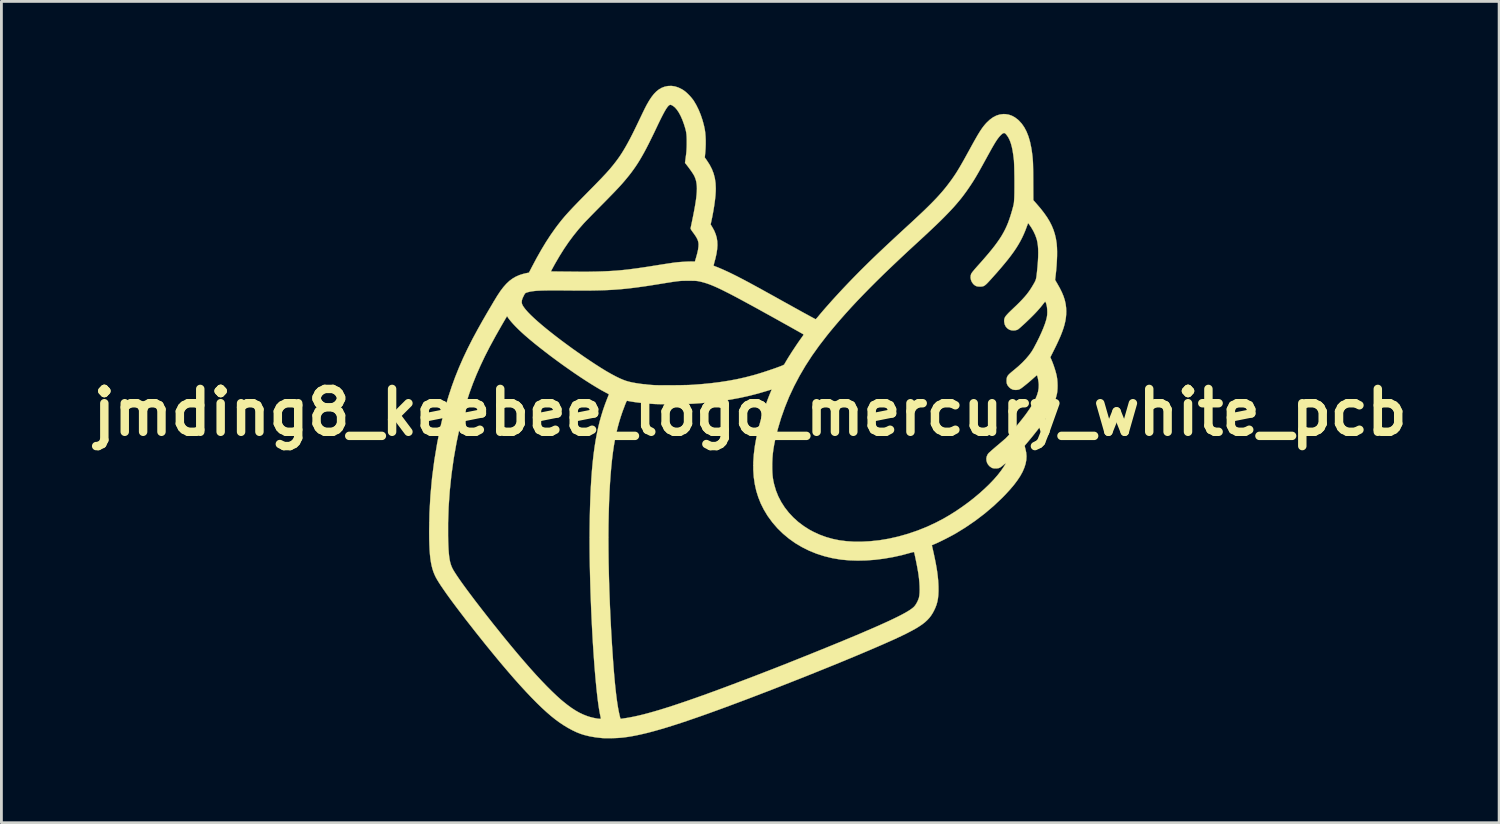
<source format=kicad_pcb>
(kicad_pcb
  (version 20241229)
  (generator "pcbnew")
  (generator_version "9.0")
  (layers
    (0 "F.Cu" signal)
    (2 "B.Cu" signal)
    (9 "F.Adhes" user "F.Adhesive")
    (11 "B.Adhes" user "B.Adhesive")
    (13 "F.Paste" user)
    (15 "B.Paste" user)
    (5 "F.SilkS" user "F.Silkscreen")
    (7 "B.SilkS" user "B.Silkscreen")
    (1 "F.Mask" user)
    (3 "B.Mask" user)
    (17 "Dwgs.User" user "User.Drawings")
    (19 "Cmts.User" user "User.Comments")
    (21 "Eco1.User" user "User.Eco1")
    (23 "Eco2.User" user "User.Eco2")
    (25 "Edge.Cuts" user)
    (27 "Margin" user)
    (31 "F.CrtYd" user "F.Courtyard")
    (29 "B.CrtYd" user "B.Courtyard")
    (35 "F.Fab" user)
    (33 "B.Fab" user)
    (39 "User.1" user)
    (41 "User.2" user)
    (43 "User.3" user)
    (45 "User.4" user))
  (footprint "jmding8_keebee_logo_mercury_white_pcb"
    (layer "F.Cu")
    (at 23.629 11.615)
    (property "Reference" "jmding8_keebee_logo_mercury_white_pcb" (at 0 0 0) (layer "F.SilkS") (effects (font (size 1.524 1.524) (thickness 0.3))))
    (attr through_hole)
    (fp_poly (pts (xy 3.69 -1.395) (xy 3.715 -1.387) (xy 3.733 -1.369) (xy 3.745 -1.338) (xy 3.752 -1.291) (xy 3.755 -1.225) (xy 3.755 -1.19) (xy 3.755 -1.15) (xy 3.754 -1.111) (xy 3.752 -1.071) (xy 3.749 -1.028) (xy 3.745 -0.979) (xy 3.739 -0.923) (xy 3.731 -0.856) (xy 3.722 -0.777) (xy 3.71 -0.684) (xy 3.696 -0.573) (xy 3.678 -0.444) (xy 3.665 -0.346) (xy 3.651 -0.235) (xy 3.637 -0.123) (xy 3.623 -0.013) (xy 3.611 0.09) (xy 3.6 0.183) (xy 3.592 0.261) (xy 3.586 0.32) (xy 3.585 0.323) (xy 3.57 0.608) (xy 3.574 0.882) (xy 3.597 1.147) (xy 3.639 1.4) (xy 3.7 1.642) (xy 3.781 1.872) (xy 3.88 2.089) (xy 3.88 2.089) (xy 3.972 2.247) (xy 4.077 2.389) (xy 4.197 2.516) (xy 4.334 2.631) (xy 4.49 2.734) (xy 4.632 2.812) (xy 4.679 2.835) (xy 4.743 2.864) (xy 4.818 2.897) (xy 4.9 2.932) (xy 4.982 2.966) (xy 5.013 2.979) (xy 5.166 3.042) (xy 5.298 3.1) (xy 5.411 3.153) (xy 5.504 3.2) (xy 5.579 3.244) (xy 5.638 3.284) (xy 5.68 3.322) (xy 5.707 3.358) (xy 5.721 3.392) (xy 5.722 3.426) (xy 5.72 3.435) (xy 5.698 3.476) (xy 5.655 3.517) (xy 5.594 3.557) (xy 5.515 3.595) (xy 5.422 3.63) (xy 5.316 3.663) (xy 5.2 3.692) (xy 5.075 3.718) (xy 4.944 3.739) (xy 4.808 3.755) (xy 4.67 3.767) (xy 4.533 3.772) (xy 4.397 3.771) (xy 4.324 3.768) (xy 4.074 3.744) (xy 3.842 3.704) (xy 3.625 3.649) (xy 3.426 3.577) (xy 3.242 3.49) (xy 3.074 3.386) (xy 2.923 3.266) (xy 2.851 3.199) (xy 2.723 3.054) (xy 2.614 2.896) (xy 2.522 2.724) (xy 2.45 2.54) (xy 2.397 2.343) (xy 2.362 2.134) (xy 2.347 1.914) (xy 2.348 1.749) (xy 2.361 1.549) (xy 2.388 1.345) (xy 2.429 1.135) (xy 2.485 0.916) (xy 2.555 0.687) (xy 2.641 0.445) (xy 2.699 0.294) (xy 2.771 0.12) (xy 2.847 -0.053) (xy 2.926 -0.225) (xy 3.008 -0.393) (xy 3.09 -0.555) (xy 3.173 -0.708) (xy 3.254 -0.851) (xy 3.333 -0.982) (xy 3.408 -1.099) (xy 3.479 -1.199) (xy 3.544 -1.28) (xy 3.58 -1.32) (xy 3.618 -1.358) (xy 3.645 -1.381) (xy 3.665 -1.393) (xy 3.684 -1.395) (xy 3.69 -1.395)) (stroke (width 0.01) (type solid)) (fill yes) (layer "F.Mask"))
    (fp_poly (pts (xy -8.642 -3.414) (xy -8.634 -3.403) (xy -8.601 -3.352) (xy -8.553 -3.289) (xy -8.49 -3.215) (xy -8.417 -3.134) (xy -8.335 -3.047) (xy -8.246 -2.958) (xy -8.152 -2.867) (xy -8.055 -2.777) (xy -7.959 -2.692) (xy -7.938 -2.673) (xy -7.77 -2.533) (xy -7.591 -2.387) (xy -7.401 -2.237) (xy -7.203 -2.085) (xy -7 -1.933) (xy -6.793 -1.781) (xy -6.584 -1.631) (xy -6.376 -1.485) (xy -6.171 -1.344) (xy -5.97 -1.21) (xy -5.777 -1.085) (xy -5.593 -0.969) (xy -5.42 -0.864) (xy -5.261 -0.773) (xy -5.156 -0.716) (xy -5.025 -0.646) (xy -5.088 -0.488) (xy -5.162 -0.294) (xy -5.231 -0.096) (xy -5.295 0.107) (xy -5.353 0.316) (xy -5.406 0.533) (xy -5.454 0.759) (xy -5.498 0.995) (xy -5.537 1.242) (xy -5.572 1.501) (xy -5.603 1.774) (xy -5.629 2.061) (xy -5.652 2.364) (xy -5.67 2.684) (xy -5.686 3.023) (xy -5.697 3.381) (xy -5.706 3.759) (xy -5.711 4.156) (xy -5.713 4.437) (xy -5.712 4.726) (xy -5.71 5.022) (xy -5.706 5.324) (xy -5.7 5.631) (xy -5.693 5.941) (xy -5.684 6.254) (xy -5.673 6.567) (xy -5.661 6.879) (xy -5.648 7.19) (xy -5.634 7.498) (xy -5.618 7.801) (xy -5.601 8.099) (xy -5.583 8.389) (xy -5.564 8.672) (xy -5.545 8.944) (xy -5.524 9.206) (xy -5.503 9.456) (xy -5.481 9.692) (xy -5.458 9.914) (xy -5.435 10.119) (xy -5.411 10.308) (xy -5.387 10.477) (xy -5.363 10.627) (xy -5.338 10.755) (xy -5.328 10.804) (xy -5.319 10.844) (xy -5.313 10.874) (xy -5.311 10.888) (xy -5.319 10.895) (xy -5.344 10.897) (xy -5.387 10.894) (xy -5.451 10.885) (xy -5.511 10.875) (xy -5.69 10.833) (xy -5.871 10.771) (xy -6.053 10.689) (xy -6.231 10.59) (xy -6.283 10.558) (xy -6.425 10.46) (xy -6.574 10.346) (xy -6.731 10.215) (xy -6.897 10.067) (xy -7.071 9.902) (xy -7.255 9.718) (xy -7.449 9.516) (xy -7.653 9.294) (xy -7.777 9.156) (xy -7.91 9.005) (xy -8.048 8.846) (xy -8.19 8.68) (xy -8.336 8.507) (xy -8.485 8.328) (xy -8.636 8.146) (xy -8.788 7.96) (xy -8.939 7.773) (xy -9.09 7.585) (xy -9.239 7.398) (xy -9.385 7.213) (xy -9.527 7.031) (xy -9.664 6.853) (xy -9.796 6.68) (xy -9.922 6.514) (xy -10.04 6.356) (xy -10.15 6.206) (xy -10.25 6.067) (xy -10.341 5.939) (xy -10.42 5.823) (xy -10.487 5.721) (xy -10.542 5.634) (xy -10.582 5.563) (xy -10.59 5.547) (xy -10.62 5.481) (xy -10.646 5.411) (xy -10.669 5.333) (xy -10.688 5.246) (xy -10.704 5.149) (xy -10.717 5.038) (xy -10.727 4.913) (xy -10.735 4.771) (xy -10.741 4.61) (xy -10.745 4.429) (xy -10.745 4.381) (xy -10.743 3.832) (xy -10.721 3.275) (xy -10.679 2.714) (xy -10.618 2.154) (xy -10.539 1.596) (xy -10.441 1.046) (xy -10.325 0.506) (xy -10.264 0.254) (xy -10.177 -0.075) (xy -10.084 -0.392) (xy -9.982 -0.701) (xy -9.872 -1.005) (xy -9.751 -1.308) (xy -9.619 -1.612) (xy -9.474 -1.921) (xy -9.314 -2.237) (xy -9.14 -2.565) (xy -9.08 -2.673) (xy -9.044 -2.738) (xy -9.002 -2.812) (xy -8.957 -2.891) (xy -8.911 -2.972) (xy -8.864 -3.054) (xy -8.819 -3.134) (xy -8.775 -3.208) (xy -8.737 -3.275) (xy -8.703 -3.332) (xy -8.677 -3.377) (xy -8.659 -3.406) (xy -8.651 -3.417) (xy -8.642 -3.414)) (stroke (width 0.01) (type solid)) (fill yes) (layer "F.Mask"))
    (fp_poly (pts (xy -2.088 -4.681) (xy -1.995 -4.678) (xy -1.915 -4.673) (xy -1.844 -4.665) (xy -1.775 -4.653) (xy -1.706 -4.636) (xy -1.63 -4.613) (xy -1.543 -4.585) (xy -1.419 -4.539) (xy -1.278 -4.481) (xy -1.118 -4.409) (xy -0.94 -4.325) (xy -0.743 -4.227) (xy -0.528 -4.115) (xy -0.312 -4) (xy -0.253 -3.968) (xy -0.18 -3.928) (xy -0.094 -3.881) (xy 0.004 -3.828) (xy 0.111 -3.769) (xy 0.225 -3.706) (xy 0.347 -3.638) (xy 0.473 -3.569) (xy 0.603 -3.497) (xy 0.735 -3.424) (xy 0.866 -3.351) (xy 0.997 -3.278) (xy 1.124 -3.208) (xy 1.247 -3.139) (xy 1.364 -3.074) (xy 1.473 -3.013) (xy 1.573 -2.957) (xy 1.662 -2.908) (xy 1.738 -2.865) (xy 1.801 -2.829) (xy 1.848 -2.802) (xy 1.878 -2.785) (xy 1.889 -2.778) (xy 1.89 -2.768) (xy 1.881 -2.748) (xy 1.862 -2.715) (xy 1.832 -2.668) (xy 1.789 -2.606) (xy 1.749 -2.55) (xy 1.65 -2.407) (xy 1.551 -2.26) (xy 1.455 -2.114) (xy 1.367 -1.974) (xy 1.29 -1.845) (xy 1.276 -1.822) (xy 1.254 -1.781) (xy 1.236 -1.75) (xy 1.22 -1.725) (xy 1.203 -1.705) (xy 1.182 -1.688) (xy 1.155 -1.672) (xy 1.118 -1.656) (xy 1.069 -1.637) (xy 1.006 -1.614) (xy 0.924 -1.585) (xy 0.901 -1.576) (xy 0.592 -1.469) (xy 0.291 -1.374) (xy -0.006 -1.291) (xy -0.304 -1.218) (xy -0.605 -1.155) (xy -0.912 -1.102) (xy -1.23 -1.057) (xy -1.563 -1.02) (xy -1.912 -0.991) (xy -2.049 -0.981) (xy -2.116 -0.978) (xy -2.201 -0.975) (xy -2.301 -0.972) (xy -2.413 -0.969) (xy -2.533 -0.967) (xy -2.658 -0.966) (xy -2.786 -0.965) (xy -2.911 -0.964) (xy -3.032 -0.964) (xy -3.145 -0.964) (xy -3.246 -0.965) (xy -3.332 -0.967) (xy -3.4 -0.969) (xy -3.423 -0.97) (xy -3.594 -0.983) (xy -3.761 -0.999) (xy -3.921 -1.019) (xy -4.07 -1.041) (xy -4.205 -1.067) (xy -4.324 -1.094) (xy -4.416 -1.121) (xy -4.538 -1.166) (xy -4.674 -1.227) (xy -4.826 -1.302) (xy -4.992 -1.393) (xy -5.174 -1.5) (xy -5.372 -1.622) (xy -5.585 -1.759) (xy -5.815 -1.913) (xy -6.061 -2.082) (xy -6.281 -2.238) (xy -6.509 -2.403) (xy -6.726 -2.564) (xy -6.93 -2.719) (xy -7.121 -2.868) (xy -7.298 -3.011) (xy -7.459 -3.147) (xy -7.606 -3.276) (xy -7.736 -3.395) (xy -7.849 -3.506) (xy -7.944 -3.608) (xy -8.021 -3.699) (xy -8.079 -3.779) (xy -8.088 -3.794) (xy -8.111 -3.833) (xy -8.123 -3.862) (xy -8.127 -3.893) (xy -8.126 -3.936) (xy -8.126 -3.939) (xy -8.122 -3.978) (xy -8.114 -4.014) (xy -8.1 -4.053) (xy -8.078 -4.102) (xy -8.064 -4.129) (xy -8.038 -4.179) (xy -8.019 -4.213) (xy -8.003 -4.235) (xy -7.986 -4.248) (xy -7.965 -4.258) (xy -7.955 -4.262) (xy -7.92 -4.272) (xy -7.87 -4.284) (xy -7.815 -4.295) (xy -7.793 -4.299) (xy -7.74 -4.308) (xy -7.686 -4.315) (xy -7.629 -4.321) (xy -7.566 -4.326) (xy -7.497 -4.331) (xy -7.419 -4.334) (xy -7.331 -4.336) (xy -7.23 -4.338) (xy -7.116 -4.339) (xy -6.985 -4.339) (xy -6.836 -4.339) (xy -6.668 -4.338) (xy -6.494 -4.336) (xy -6.231 -4.334) (xy -5.989 -4.334) (xy -5.765 -4.334) (xy -5.556 -4.336) (xy -5.36 -4.34) (xy -5.174 -4.346) (xy -4.997 -4.354) (xy -4.824 -4.364) (xy -4.655 -4.377) (xy -4.485 -4.392) (xy -4.313 -4.41) (xy -4.137 -4.432) (xy -3.953 -4.456) (xy -3.759 -4.483) (xy -3.553 -4.515) (xy -3.332 -4.55) (xy -3.192 -4.572) (xy -3.051 -4.595) (xy -2.931 -4.614) (xy -2.828 -4.631) (xy -2.74 -4.644) (xy -2.664 -4.655) (xy -2.599 -4.663) (xy -2.541 -4.67) (xy -2.487 -4.675) (xy -2.436 -4.678) (xy -2.385 -4.68) (xy -2.33 -4.681) (xy -2.27 -4.681) (xy -2.202 -4.681) (xy -2.199 -4.681) (xy -2.088 -4.681)) (stroke (width 0.01) (type solid)) (fill yes) (layer "F.Mask"))
    (fp_poly (pts (xy 0.758 -0.804) (xy 0.716 -0.7) (xy 0.681 -0.613) (xy 0.651 -0.538) (xy 0.625 -0.471) (xy 0.601 -0.408) (xy 0.577 -0.344) (xy 0.552 -0.275) (xy 0.551 -0.271) (xy 0.431 0.08) (xy 0.331 0.417) (xy 0.249 0.742) (xy 0.185 1.055) (xy 0.14 1.356) (xy 0.114 1.645) (xy 0.106 1.923) (xy 0.117 2.191) (xy 0.146 2.448) (xy 0.193 2.694) (xy 0.208 2.754) (xy 0.24 2.874) (xy 0.274 2.982) (xy 0.311 3.084) (xy 0.355 3.189) (xy 0.408 3.304) (xy 0.427 3.342) (xy 0.553 3.573) (xy 0.698 3.793) (xy 0.863 4.002) (xy 1.044 4.197) (xy 1.242 4.379) (xy 1.455 4.547) (xy 1.682 4.699) (xy 1.922 4.835) (xy 2.174 4.953) (xy 2.436 5.053) (xy 2.59 5.102) (xy 2.861 5.17) (xy 3.145 5.221) (xy 3.441 5.254) (xy 3.746 5.269) (xy 4.06 5.266) (xy 4.381 5.246) (xy 4.707 5.209) (xy 5.036 5.154) (xy 5.367 5.082) (xy 5.699 4.992) (xy 5.707 4.989) (xy 5.766 4.973) (xy 5.804 4.966) (xy 5.823 4.966) (xy 5.825 4.969) (xy 5.835 5.001) (xy 5.847 5.053) (xy 5.862 5.121) (xy 5.879 5.202) (xy 5.897 5.292) (xy 5.916 5.388) (xy 5.935 5.487) (xy 5.952 5.585) (xy 5.969 5.68) (xy 5.983 5.767) (xy 5.995 5.844) (xy 6 5.877) (xy 6.009 5.954) (xy 6.015 6.042) (xy 6.019 6.136) (xy 6.021 6.232) (xy 6.021 6.326) (xy 6.019 6.413) (xy 6.014 6.489) (xy 6.007 6.549) (xy 6.001 6.581) (xy 5.977 6.652) (xy 5.944 6.727) (xy 5.905 6.8) (xy 5.865 6.862) (xy 5.831 6.903) (xy 5.785 6.946) (xy 5.725 6.992) (xy 5.65 7.042) (xy 5.56 7.097) (xy 5.455 7.156) (xy 5.333 7.221) (xy 5.194 7.291) (xy 5.036 7.367) (xy 4.86 7.449) (xy 4.665 7.538) (xy 4.45 7.633) (xy 4.214 7.736) (xy 4.122 7.776) (xy 3.893 7.873) (xy 3.645 7.978) (xy 3.38 8.088) (xy 3.1 8.204) (xy 2.807 8.324) (xy 2.504 8.447) (xy 2.192 8.573) (xy 1.874 8.7) (xy 1.553 8.828) (xy 1.23 8.956) (xy 0.907 9.083) (xy 0.588 9.208) (xy 0.273 9.33) (xy -0.034 9.448) (xy -0.331 9.561) (xy -0.438 9.602) (xy -0.82 9.745) (xy -1.182 9.88) (xy -1.524 10.004) (xy -1.847 10.12) (xy -2.151 10.227) (xy -2.438 10.325) (xy -2.708 10.415) (xy -2.961 10.497) (xy -3.198 10.57) (xy -3.421 10.636) (xy -3.628 10.694) (xy -3.822 10.745) (xy -4.003 10.789) (xy -4.171 10.825) (xy -4.327 10.855) (xy -4.457 10.876) (xy -4.504 10.883) (xy -4.548 10.889) (xy -4.579 10.894) (xy -4.58 10.894) (xy -4.616 10.9) (xy -4.645 10.775) (xy -4.671 10.658) (xy -4.696 10.531) (xy -4.719 10.393) (xy -4.742 10.242) (xy -4.764 10.079) (xy -4.785 9.901) (xy -4.805 9.708) (xy -4.825 9.498) (xy -4.845 9.27) (xy -4.865 9.024) (xy -4.884 8.757) (xy -4.904 8.47) (xy -4.918 8.249) (xy -4.945 7.791) (xy -4.969 7.333) (xy -4.99 6.879) (xy -5.007 6.429) (xy -5.021 5.986) (xy -5.032 5.551) (xy -5.039 5.127) (xy -5.043 4.714) (xy -5.043 4.316) (xy -5.04 3.933) (xy -5.033 3.568) (xy -5.023 3.222) (xy -5.011 2.933) (xy -4.993 2.608) (xy -4.973 2.305) (xy -4.951 2.021) (xy -4.925 1.755) (xy -4.895 1.505) (xy -4.862 1.268) (xy -4.825 1.044) (xy -4.784 0.831) (xy -4.738 0.626) (xy -4.687 0.427) (xy -4.631 0.234) (xy -4.569 0.045) (xy -4.501 -0.144) (xy -4.47 -0.223) (xy -4.443 -0.292) (xy -4.423 -0.342) (xy -4.408 -0.377) (xy -4.396 -0.398) (xy -4.387 -0.409) (xy -4.377 -0.413) (xy -4.367 -0.411) (xy -4.365 -0.411) (xy -4.265 -0.392) (xy -4.147 -0.373) (xy -4.015 -0.355) (xy -3.872 -0.338) (xy -3.725 -0.323) (xy -3.576 -0.31) (xy -3.431 -0.3) (xy -3.412 -0.299) (xy -3.327 -0.296) (xy -3.223 -0.293) (xy -3.104 -0.292) (xy -2.974 -0.291) (xy -2.835 -0.291) (xy -2.693 -0.292) (xy -2.55 -0.294) (xy -2.412 -0.297) (xy -2.28 -0.3) (xy -2.161 -0.304) (xy -2.056 -0.309) (xy -2.003 -0.312) (xy -1.623 -0.34) (xy -1.261 -0.377) (xy -0.915 -0.422) (xy -0.581 -0.477) (xy -0.256 -0.541) (xy 0.063 -0.615) (xy 0.38 -0.701) (xy 0.598 -0.766) (xy 0.655 -0.783) (xy 0.703 -0.796) (xy 0.738 -0.804) (xy 0.756 -0.806) (xy 0.758 -0.804)) (stroke (width 0.01) (type solid)) (fill yes) (layer "F.Mask"))
    (fp_poly (pts (xy -2.678 -11.592) (xy -2.554 -11.552) (xy -2.43 -11.491) (xy -2.376 -11.458) (xy -2.304 -11.404) (xy -2.227 -11.335) (xy -2.15 -11.257) (xy -2.079 -11.175) (xy -2.018 -11.095) (xy -2.01 -11.083) (xy -1.919 -10.93) (xy -1.835 -10.76) (xy -1.76 -10.577) (xy -1.696 -10.386) (xy -1.644 -10.191) (xy -1.615 -10.05) (xy -1.6 -9.941) (xy -1.59 -9.815) (xy -1.584 -9.678) (xy -1.584 -9.535) (xy -1.589 -9.393) (xy -1.598 -9.263) (xy -1.617 -9.065) (xy -1.549 -8.969) (xy -1.446 -8.81) (xy -1.364 -8.652) (xy -1.302 -8.491) (xy -1.259 -8.325) (xy -1.234 -8.151) (xy -1.226 -7.964) (xy -1.228 -7.868) (xy -1.237 -7.717) (xy -1.255 -7.548) (xy -1.28 -7.363) (xy -1.312 -7.167) (xy -1.35 -6.961) (xy -1.381 -6.814) (xy -1.409 -6.683) (xy -1.345 -6.579) (xy -1.279 -6.457) (xy -1.229 -6.335) (xy -1.193 -6.211) (xy -1.173 -6.082) (xy -1.168 -5.946) (xy -1.178 -5.799) (xy -1.202 -5.64) (xy -1.241 -5.467) (xy -1.259 -5.401) (xy -1.275 -5.342) (xy -1.288 -5.29) (xy -1.298 -5.25) (xy -1.304 -5.227) (xy -1.305 -5.222) (xy -1.295 -5.214) (xy -1.268 -5.201) (xy -1.231 -5.187) (xy -1.227 -5.185) (xy -1.161 -5.16) (xy -1.079 -5.126) (xy -0.984 -5.085) (xy -0.88 -5.038) (xy -0.769 -4.987) (xy -0.657 -4.933) (xy -0.546 -4.878) (xy -0.468 -4.839) (xy -0.397 -4.802) (xy -0.329 -4.767) (xy -0.26 -4.731) (xy -0.191 -4.695) (xy -0.119 -4.656) (xy -0.042 -4.616) (xy 0.039 -4.571) (xy 0.128 -4.523) (xy 0.225 -4.47) (xy 0.332 -4.412) (xy 0.45 -4.347) (xy 0.581 -4.274) (xy 0.726 -4.194) (xy 0.887 -4.105) (xy 1.064 -4.006) (xy 1.26 -3.897) (xy 1.297 -3.877) (xy 1.438 -3.799) (xy 1.574 -3.723) (xy 1.703 -3.652) (xy 1.823 -3.585) (xy 1.934 -3.524) (xy 2.034 -3.47) (xy 2.121 -3.422) (xy 2.195 -3.382) (xy 2.253 -3.351) (xy 2.295 -3.328) (xy 2.319 -3.316) (xy 2.324 -3.314) (xy 2.337 -3.323) (xy 2.36 -3.346) (xy 2.39 -3.38) (xy 2.419 -3.414) (xy 2.494 -3.505) (xy 2.584 -3.611) (xy 2.685 -3.727) (xy 2.795 -3.851) (xy 2.911 -3.982) (xy 3.032 -4.115) (xy 3.155 -4.249) (xy 3.278 -4.381) (xy 3.365 -4.473) (xy 3.503 -4.618) (xy 3.638 -4.758) (xy 3.774 -4.897) (xy 3.91 -5.035) (xy 4.05 -5.174) (xy 4.194 -5.316) (xy 4.344 -5.462) (xy 4.501 -5.613) (xy 4.668 -5.771) (xy 4.845 -5.938) (xy 5.034 -6.114) (xy 5.237 -6.303) (xy 5.455 -6.504) (xy 5.553 -6.594) (xy 5.734 -6.76) (xy 5.899 -6.914) (xy 6.049 -7.054) (xy 6.186 -7.184) (xy 6.309 -7.304) (xy 6.422 -7.416) (xy 6.525 -7.521) (xy 6.62 -7.62) (xy 6.707 -7.715) (xy 6.789 -7.807) (xy 6.866 -7.897) (xy 6.94 -7.987) (xy 7.012 -8.078) (xy 7.082 -8.171) (xy 7.139 -8.248) (xy 7.192 -8.322) (xy 7.244 -8.397) (xy 7.295 -8.473) (xy 7.347 -8.554) (xy 7.4 -8.641) (xy 7.457 -8.736) (xy 7.518 -8.842) (xy 7.586 -8.961) (xy 7.66 -9.094) (xy 7.743 -9.245) (xy 7.799 -9.346) (xy 7.881 -9.496) (xy 7.954 -9.628) (xy 8.019 -9.742) (xy 8.076 -9.842) (xy 8.128 -9.928) (xy 8.175 -10.003) (xy 8.219 -10.069) (xy 8.26 -10.128) (xy 8.3 -10.18) (xy 8.34 -10.229) (xy 8.381 -10.276) (xy 8.41 -10.307) (xy 8.522 -10.412) (xy 8.637 -10.495) (xy 8.755 -10.556) (xy 8.876 -10.593) (xy 9 -10.608) (xy 9.068 -10.607) (xy 9.188 -10.589) (xy 9.3 -10.551) (xy 9.408 -10.493) (xy 9.513 -10.414) (xy 9.548 -10.383) (xy 9.652 -10.27) (xy 9.744 -10.138) (xy 9.824 -9.987) (xy 9.892 -9.816) (xy 9.948 -9.625) (xy 9.992 -9.415) (xy 10.009 -9.311) (xy 10.019 -9.236) (xy 10.028 -9.168) (xy 10.036 -9.104) (xy 10.042 -9.041) (xy 10.047 -8.976) (xy 10.052 -8.908) (xy 10.055 -8.834) (xy 10.057 -8.751) (xy 10.059 -8.655) (xy 10.061 -8.546) (xy 10.062 -8.42) (xy 10.063 -8.274) (xy 10.063 -8.216) (xy 10.066 -7.548) (xy 10.171 -7.429) (xy 10.317 -7.259) (xy 10.443 -7.098) (xy 10.552 -6.943) (xy 10.644 -6.792) (xy 10.72 -6.642) (xy 10.782 -6.493) (xy 10.831 -6.34) (xy 10.868 -6.182) (xy 10.894 -6.016) (xy 10.898 -5.978) (xy 10.907 -5.858) (xy 10.911 -5.718) (xy 10.91 -5.562) (xy 10.903 -5.392) (xy 10.892 -5.212) (xy 10.876 -5.025) (xy 10.858 -4.864) (xy 10.84 -4.711) (xy 10.915 -4.584) (xy 11.007 -4.421) (xy 11.082 -4.27) (xy 11.141 -4.128) (xy 11.185 -3.99) (xy 11.215 -3.855) (xy 11.232 -3.72) (xy 11.237 -3.596) (xy 11.234 -3.481) (xy 11.223 -3.366) (xy 11.204 -3.249) (xy 11.176 -3.127) (xy 11.139 -2.999) (xy 11.091 -2.863) (xy 11.033 -2.715) (xy 10.962 -2.555) (xy 10.88 -2.38) (xy 10.812 -2.242) (xy 10.671 -1.961) (xy 10.717 -1.855) (xy 10.754 -1.764) (xy 10.792 -1.661) (xy 10.828 -1.552) (xy 10.86 -1.445) (xy 10.886 -1.347) (xy 10.9 -1.282) (xy 10.915 -1.185) (xy 10.924 -1.075) (xy 10.928 -0.961) (xy 10.926 -0.848) (xy 10.918 -0.744) (xy 10.906 -0.664) (xy 10.86 -0.485) (xy 10.793 -0.3) (xy 10.705 -0.109) (xy 10.594 0.089) (xy 10.462 0.293) (xy 10.445 0.318) (xy 10.378 0.41) (xy 10.299 0.516) (xy 10.21 0.631) (xy 10.114 0.753) (xy 10.015 0.876) (xy 9.914 0.998) (xy 9.816 1.115) (xy 9.77 1.169) (xy 9.763 1.18) (xy 9.761 1.195) (xy 9.764 1.219) (xy 9.773 1.257) (xy 9.784 1.298) (xy 9.812 1.428) (xy 9.823 1.559) (xy 9.816 1.692) (xy 9.79 1.828) (xy 9.746 1.967) (xy 9.684 2.111) (xy 9.602 2.26) (xy 9.5 2.414) (xy 9.379 2.575) (xy 9.237 2.743) (xy 9.075 2.919) (xy 8.96 3.037) (xy 8.656 3.325) (xy 8.337 3.596) (xy 8.001 3.852) (xy 7.647 4.094) (xy 7.32 4.295) (xy 7.236 4.343) (xy 7.137 4.396) (xy 7.029 4.453) (xy 6.918 4.51) (xy 6.809 4.564) (xy 6.708 4.613) (xy 6.619 4.654) (xy 6.597 4.663) (xy 6.457 4.724) (xy 6.467 4.766) (xy 6.517 4.983) (xy 6.559 5.18) (xy 6.595 5.36) (xy 6.625 5.527) (xy 6.649 5.681) (xy 6.667 5.827) (xy 6.681 5.966) (xy 6.689 6.101) (xy 6.693 6.194) (xy 6.694 6.351) (xy 6.688 6.489) (xy 6.675 6.613) (xy 6.654 6.727) (xy 6.624 6.836) (xy 6.584 6.942) (xy 6.54 7.037) (xy 6.489 7.133) (xy 6.433 7.221) (xy 6.37 7.304) (xy 6.298 7.382) (xy 6.216 7.458) (xy 6.122 7.532) (xy 6.013 7.606) (xy 5.889 7.683) (xy 5.746 7.762) (xy 5.584 7.847) (xy 5.536 7.871) (xy 5.405 7.935) (xy 5.254 8.006) (xy 5.084 8.085) (xy 4.895 8.169) (xy 4.69 8.26) (xy 4.47 8.355) (xy 4.235 8.456) (xy 3.987 8.561) (xy 3.728 8.67) (xy 3.458 8.782) (xy 3.18 8.897) (xy 2.893 9.014) (xy 2.599 9.133) (xy 2.301 9.253) (xy 1.998 9.375) (xy 1.692 9.496) (xy 1.384 9.617) (xy 1.076 9.738) (xy 0.77 9.858) (xy 0.465 9.975) (xy 0.163 10.091) (xy -0.133 10.204) (xy -0.424 10.313) (xy -0.708 10.419) (xy -0.983 10.521) (xy -1.249 10.618) (xy -1.504 10.71) (xy -1.746 10.796) (xy -1.841 10.829) (xy -2.152 10.936) (xy -2.442 11.034) (xy -2.714 11.122) (xy -2.969 11.202) (xy -3.208 11.273) (xy -3.432 11.336) (xy -3.642 11.392) (xy -3.84 11.439) (xy -4.027 11.48) (xy -4.203 11.514) (xy -4.371 11.541) (xy -4.531 11.562) (xy -4.543 11.563) (xy -4.63 11.571) (xy -4.731 11.578) (xy -4.841 11.582) (xy -4.953 11.585) (xy -5.061 11.586) (xy -5.161 11.585) (xy -5.246 11.582) (xy -5.271 11.58) (xy -5.497 11.555) (xy -5.712 11.518) (xy -5.91 11.469) (xy -6.032 11.43) (xy -6.172 11.375) (xy -6.322 11.304) (xy -6.478 11.22) (xy -6.637 11.124) (xy -6.794 11.019) (xy -6.926 10.922) (xy -7.078 10.801) (xy -7.239 10.662) (xy -7.41 10.505) (xy -7.591 10.33) (xy -7.781 10.137) (xy -7.982 9.925) (xy -8.193 9.695) (xy -8.415 9.446) (xy -8.647 9.177) (xy -8.891 8.89) (xy -9.145 8.582) (xy -9.411 8.256) (xy -9.555 8.076) (xy -9.75 7.832) (xy -9.934 7.597) (xy -10.109 7.374) (xy -10.272 7.161) (xy -10.424 6.961) (xy -10.565 6.773) (xy -10.693 6.599) (xy -10.809 6.438) (xy -10.911 6.291) (xy -11.001 6.16) (xy -11.076 6.044) (xy -11.137 5.944) (xy -11.183 5.861) (xy -11.186 5.856) (xy -11.229 5.764) (xy -11.268 5.667) (xy -11.301 5.564) (xy -11.33 5.452) (xy -11.354 5.331) (xy -11.374 5.197) (xy -11.39 5.051) (xy -11.402 4.888) (xy -11.41 4.709) (xy -11.416 4.511) (xy -11.417 4.381) (xy -10.745 4.381) (xy -10.742 4.568) (xy -10.736 4.734) (xy -10.729 4.88) (xy -10.719 5.009) (xy -10.707 5.123) (xy -10.692 5.224) (xy -10.674 5.313) (xy -10.652 5.393) (xy -10.627 5.465) (xy -10.598 5.531) (xy -10.59 5.547) (xy -10.554 5.614) (xy -10.502 5.698) (xy -10.437 5.798) (xy -10.359 5.913) (xy -10.268 6.043) (xy -10.164 6.187) (xy -10.049 6.344) (xy -9.922 6.513) (xy -9.785 6.695) (xy -9.637 6.887) (xy -9.48 7.089) (xy -9.314 7.301) (xy -9.14 7.522) (xy -9.01 7.684) (xy -8.755 8.002) (xy -8.508 8.302) (xy -8.271 8.586) (xy -8.043 8.852) (xy -7.825 9.102) (xy -7.617 9.333) (xy -7.419 9.546) (xy -7.232 9.74) (xy -7.055 9.916) (xy -6.89 10.073) (xy -6.737 10.211) (xy -6.668 10.269) (xy -6.508 10.397) (xy -6.358 10.507) (xy -6.215 10.6) (xy -6.076 10.679) (xy -5.938 10.744) (xy -5.799 10.799) (xy -5.776 10.806) (xy -5.708 10.828) (xy -5.636 10.847) (xy -5.563 10.864) (xy -5.494 10.878) (xy -5.431 10.889) (xy -5.378 10.895) (xy -5.339 10.897) (xy -5.315 10.894) (xy -5.311 10.888) (xy -5.313 10.872) (xy -5.32 10.84) (xy -5.328 10.804) (xy -5.352 10.686) (xy -5.377 10.545) (xy -5.401 10.384) (xy -5.425 10.204) (xy -5.448 10.006) (xy -5.471 9.791) (xy -5.493 9.561) (xy -5.515 9.317) (xy -5.536 9.06) (xy -5.556 8.792) (xy -5.575 8.513) (xy -5.594 8.226) (xy -5.611 7.931) (xy -5.627 7.63) (xy -5.642 7.324) (xy -5.656 7.014) (xy -5.668 6.702) (xy -5.68 6.389) (xy -5.689 6.076) (xy -5.697 5.764) (xy -5.704 5.456) (xy -5.709 5.151) (xy -5.712 4.852) (xy -5.713 4.56) (xy -5.712 4.433) (xy -5.044 4.433) (xy -5.042 4.881) (xy -5.037 5.344) (xy -5.026 5.82) (xy -5.012 6.309) (xy -4.993 6.808) (xy -4.97 7.316) (xy -4.943 7.832) (xy -4.918 8.249) (xy -4.897 8.562) (xy -4.877 8.852) (xy -4.857 9.122) (xy -4.836 9.371) (xy -4.815 9.601) (xy -4.794 9.812) (xy -4.772 10.006) (xy -4.75 10.184) (xy -4.727 10.346) (xy -4.703 10.494) (xy -4.678 10.628) (xy -4.652 10.75) (xy -4.635 10.821) (xy -4.624 10.862) (xy -4.616 10.885) (xy -4.606 10.895) (xy -4.591 10.895) (xy -4.579 10.894) (xy -4.553 10.89) (xy -4.51 10.883) (xy -4.458 10.875) (xy -4.422 10.87) (xy -4.285 10.847) (xy -4.137 10.818) (xy -3.978 10.783) (xy -3.808 10.742) (xy -3.625 10.694) (xy -3.43 10.639) (xy -3.221 10.578) (xy -2.999 10.509) (xy -2.761 10.433) (xy -2.509 10.349) (xy -2.241 10.258) (xy -1.957 10.159) (xy -1.655 10.052) (xy -1.336 9.936) (xy -0.999 9.812) (xy -0.644 9.679) (xy -0.269 9.537) (xy 0.126 9.387) (xy 0.534 9.229) (xy 0.765 9.14) (xy 1.007 9.045) (xy 1.259 8.946) (xy 1.517 8.843) (xy 1.78 8.738) (xy 2.045 8.632) (xy 2.31 8.525) (xy 2.572 8.419) (xy 2.828 8.315) (xy 3.077 8.213) (xy 3.315 8.115) (xy 3.54 8.021) (xy 3.751 7.933) (xy 3.944 7.852) (xy 4.054 7.804) (xy 4.301 7.698) (xy 4.527 7.599) (xy 4.733 7.507) (xy 4.919 7.422) (xy 5.086 7.343) (xy 5.236 7.27) (xy 5.368 7.203) (xy 5.483 7.141) (xy 5.583 7.084) (xy 5.667 7.032) (xy 5.737 6.983) (xy 5.794 6.938) (xy 5.831 6.903) (xy 5.869 6.856) (xy 5.909 6.793) (xy 5.947 6.722) (xy 5.978 6.649) (xy 5.999 6.587) (xy 6.013 6.51) (xy 6.022 6.414) (xy 6.025 6.301) (xy 6.022 6.175) (xy 6.014 6.039) (xy 6 5.896) (xy 5.981 5.749) (xy 5.98 5.744) (xy 5.97 5.679) (xy 5.956 5.603) (xy 5.941 5.517) (xy 5.924 5.427) (xy 5.906 5.336) (xy 5.888 5.247) (xy 5.871 5.164) (xy 5.855 5.091) (xy 5.842 5.031) (xy 5.831 4.987) (xy 5.825 4.969) (xy 5.813 4.965) (xy 5.782 4.97) (xy 5.73 4.983) (xy 5.707 4.989) (xy 5.393 5.075) (xy 5.075 5.145) (xy 4.757 5.2) (xy 4.44 5.24) (xy 4.127 5.263) (xy 3.822 5.27) (xy 3.527 5.261) (xy 3.245 5.236) (xy 3.205 5.231) (xy 2.912 5.181) (xy 2.628 5.111) (xy 2.354 5.023) (xy 2.091 4.916) (xy 1.839 4.79) (xy 1.6 4.648) (xy 1.375 4.488) (xy 1.164 4.312) (xy 0.968 4.121) (xy 0.789 3.914) (xy 0.627 3.693) (xy 0.609 3.666) (xy 0.483 3.456) (xy 0.375 3.241) (xy 0.286 3.018) (xy 0.214 2.787) (xy 0.161 2.548) (xy 0.125 2.3) (xy 0.108 2.042) (xy 0.108 1.888) (xy 0.781 1.888) (xy 0.782 2.019) (xy 0.786 2.132) (xy 0.793 2.234) (xy 0.804 2.33) (xy 0.82 2.425) (xy 0.841 2.524) (xy 0.849 2.557) (xy 0.912 2.774) (xy 0.996 2.984) (xy 1.101 3.186) (xy 1.225 3.379) (xy 1.368 3.562) (xy 1.528 3.734) (xy 1.705 3.894) (xy 1.897 4.039) (xy 2.103 4.17) (xy 2.249 4.248) (xy 2.469 4.349) (xy 2.695 4.432) (xy 2.928 4.498) (xy 3.17 4.548) (xy 3.423 4.58) (xy 3.688 4.597) (xy 3.967 4.597) (xy 4.26 4.582) (xy 4.594 4.547) (xy 4.932 4.49) (xy 5.272 4.413) (xy 5.613 4.316) (xy 5.95 4.201) (xy 6.282 4.068) (xy 6.606 3.917) (xy 6.877 3.775) (xy 7.098 3.646) (xy 7.318 3.507) (xy 7.534 3.36) (xy 7.746 3.206) (xy 7.95 3.047) (xy 8.145 2.884) (xy 8.329 2.719) (xy 8.501 2.554) (xy 8.658 2.39) (xy 8.799 2.228) (xy 8.921 2.071) (xy 9.022 1.923) (xy 9.049 1.88) (xy 9.07 1.844) (xy 9.083 1.819) (xy 9.086 1.81) (xy 9.078 1.813) (xy 9.056 1.828) (xy 9.025 1.852) (xy 9.003 1.871) (xy 8.945 1.918) (xy 8.899 1.951) (xy 8.859 1.972) (xy 8.82 1.985) (xy 8.775 1.99) (xy 8.728 1.991) (xy 8.674 1.99) (xy 8.635 1.985) (xy 8.603 1.976) (xy 8.581 1.965) (xy 8.511 1.916) (xy 8.457 1.855) (xy 8.419 1.785) (xy 8.399 1.709) (xy 8.396 1.631) (xy 8.413 1.555) (xy 8.448 1.484) (xy 8.469 1.458) (xy 8.487 1.439) (xy 8.522 1.407) (xy 8.568 1.365) (xy 8.625 1.315) (xy 8.69 1.259) (xy 8.76 1.199) (xy 8.795 1.17) (xy 8.879 1.099) (xy 8.948 1.04) (xy 9.005 0.991) (xy 9.053 0.949) (xy 9.095 0.91) (xy 9.132 0.873) (xy 9.169 0.834) (xy 9.208 0.791) (xy 9.251 0.742) (xy 9.301 0.682) (xy 9.351 0.623) (xy 9.46 0.495) (xy 9.555 0.38) (xy 9.638 0.277) (xy 9.712 0.183) (xy 9.779 0.096) (xy 9.84 0.012) (xy 9.898 -0.071) (xy 9.955 -0.156) (xy 9.968 -0.175) (xy 10.063 -0.329) (xy 10.139 -0.473) (xy 10.196 -0.609) (xy 10.235 -0.739) (xy 10.256 -0.864) (xy 10.26 -0.986) (xy 10.254 -1.062) (xy 10.245 -1.119) (xy 10.235 -1.177) (xy 10.224 -1.231) (xy 10.213 -1.276) (xy 10.202 -1.307) (xy 10.194 -1.321) (xy 10.193 -1.321) (xy 10.183 -1.314) (xy 10.158 -1.294) (xy 10.123 -1.264) (xy 10.079 -1.226) (xy 10.049 -1.199) (xy 9.977 -1.135) (xy 9.903 -1.071) (xy 9.83 -1.011) (xy 9.761 -0.955) (xy 9.699 -0.906) (xy 9.646 -0.866) (xy 9.606 -0.839) (xy 9.588 -0.829) (xy 9.531 -0.808) (xy 9.462 -0.799) (xy 9.391 -0.801) (xy 9.331 -0.813) (xy 9.265 -0.846) (xy 9.204 -0.896) (xy 9.156 -0.956) (xy 9.144 -0.977) (xy 9.129 -1.011) (xy 9.12 -1.044) (xy 9.116 -1.084) (xy 9.115 -1.131) (xy 9.117 -1.181) (xy 9.122 -1.223) (xy 9.134 -1.261) (xy 9.154 -1.298) (xy 9.183 -1.336) (xy 9.225 -1.378) (xy 9.281 -1.427) (xy 9.352 -1.486) (xy 9.381 -1.509) (xy 9.536 -1.64) (xy 9.679 -1.774) (xy 9.807 -1.908) (xy 9.918 -2.04) (xy 10.011 -2.169) (xy 10.075 -2.276) (xy 10.182 -2.478) (xy 10.276 -2.667) (xy 10.357 -2.843) (xy 10.425 -3.004) (xy 10.48 -3.149) (xy 10.521 -3.279) (xy 10.546 -3.379) (xy 10.559 -3.467) (xy 10.563 -3.561) (xy 10.56 -3.658) (xy 10.551 -3.751) (xy 10.534 -3.834) (xy 10.512 -3.903) (xy 10.503 -3.921) (xy 10.496 -3.933) (xy 10.489 -3.937) (xy 10.479 -3.932) (xy 10.463 -3.916) (xy 10.438 -3.885) (xy 10.404 -3.84) (xy 10.366 -3.792) (xy 10.317 -3.732) (xy 10.262 -3.669) (xy 10.209 -3.608) (xy 10.191 -3.589) (xy 10.137 -3.531) (xy 10.075 -3.467) (xy 10.007 -3.399) (xy 9.935 -3.328) (xy 9.861 -3.257) (xy 9.789 -3.188) (xy 9.719 -3.124) (xy 9.655 -3.066) (xy 9.599 -3.016) (xy 9.553 -2.977) (xy 9.519 -2.951) (xy 9.504 -2.942) (xy 9.441 -2.921) (xy 9.368 -2.913) (xy 9.293 -2.918) (xy 9.227 -2.936) (xy 9.209 -2.944) (xy 9.137 -2.993) (xy 9.083 -3.056) (xy 9.047 -3.133) (xy 9.03 -3.22) (xy 9.029 -3.251) (xy 9.03 -3.29) (xy 9.036 -3.325) (xy 9.047 -3.36) (xy 9.066 -3.396) (xy 9.094 -3.436) (xy 9.133 -3.481) (xy 9.183 -3.535) (xy 9.248 -3.599) (xy 9.328 -3.675) (xy 9.345 -3.692) (xy 9.47 -3.81) (xy 9.578 -3.917) (xy 9.672 -4.015) (xy 9.754 -4.105) (xy 9.827 -4.191) (xy 9.892 -4.276) (xy 9.951 -4.36) (xy 10.007 -4.447) (xy 10.028 -4.482) (xy 10.071 -4.555) (xy 10.105 -4.614) (xy 10.13 -4.663) (xy 10.149 -4.707) (xy 10.162 -4.751) (xy 10.172 -4.799) (xy 10.181 -4.857) (xy 10.189 -4.93) (xy 10.193 -4.965) (xy 10.214 -5.172) (xy 10.229 -5.359) (xy 10.238 -5.526) (xy 10.241 -5.677) (xy 10.238 -5.812) (xy 10.229 -5.933) (xy 10.213 -6.042) (xy 10.192 -6.14) (xy 10.185 -6.165) (xy 10.137 -6.302) (xy 10.072 -6.441) (xy 9.994 -6.576) (xy 9.928 -6.671) (xy 9.88 -6.734) (xy 9.825 -6.585) (xy 9.775 -6.453) (xy 9.721 -6.327) (xy 9.663 -6.203) (xy 9.6 -6.082) (xy 9.53 -5.96) (xy 9.453 -5.837) (xy 9.367 -5.71) (xy 9.27 -5.577) (xy 9.163 -5.438) (xy 9.043 -5.291) (xy 8.91 -5.133) (xy 8.762 -4.962) (xy 8.598 -4.779) (xy 8.587 -4.766) (xy 8.515 -4.687) (xy 8.457 -4.624) (xy 8.408 -4.574) (xy 8.367 -4.537) (xy 8.331 -4.51) (xy 8.298 -4.492) (xy 8.266 -4.482) (xy 8.231 -4.476) (xy 8.192 -4.474) (xy 8.168 -4.474) (xy 8.097 -4.477) (xy 8.041 -4.489) (xy 7.994 -4.512) (xy 7.948 -4.549) (xy 7.929 -4.568) (xy 7.881 -4.634) (xy 7.849 -4.709) (xy 7.834 -4.789) (xy 7.839 -4.868) (xy 7.858 -4.93) (xy 7.874 -4.955) (xy 7.903 -4.995) (xy 7.943 -5.044) (xy 7.991 -5.102) (xy 8.045 -5.163) (xy 8.048 -5.167) (xy 8.207 -5.344) (xy 8.349 -5.507) (xy 8.478 -5.658) (xy 8.593 -5.798) (xy 8.696 -5.929) (xy 8.787 -6.053) (xy 8.869 -6.171) (xy 8.942 -6.286) (xy 9.007 -6.399) (xy 9.066 -6.512) (xy 9.119 -6.626) (xy 9.168 -6.744) (xy 9.213 -6.868) (xy 9.256 -6.998) (xy 9.298 -7.137) (xy 9.314 -7.193) (xy 9.335 -7.27) (xy 9.351 -7.33) (xy 9.363 -7.38) (xy 9.372 -7.426) (xy 9.378 -7.472) (xy 9.382 -7.525) (xy 9.386 -7.59) (xy 9.389 -7.643) (xy 9.391 -7.711) (xy 9.393 -7.796) (xy 9.394 -7.895) (xy 9.395 -8.004) (xy 9.395 -8.121) (xy 9.395 -8.242) (xy 9.394 -8.364) (xy 9.392 -8.484) (xy 9.39 -8.599) (xy 9.388 -8.706) (xy 9.385 -8.8) (xy 9.381 -8.88) (xy 9.378 -8.943) (xy 9.376 -8.971) (xy 9.354 -9.15) (xy 9.33 -9.308) (xy 9.301 -9.446) (xy 9.268 -9.566) (xy 9.23 -9.67) (xy 9.208 -9.718) (xy 9.175 -9.781) (xy 9.137 -9.838) (xy 9.1 -9.886) (xy 9.066 -9.919) (xy 9.04 -9.935) (xy 9.007 -9.933) (xy 8.966 -9.911) (xy 8.916 -9.868) (xy 8.901 -9.852) (xy 8.869 -9.818) (xy 8.839 -9.782) (xy 8.808 -9.742) (xy 8.776 -9.698) (xy 8.742 -9.646) (xy 8.703 -9.585) (xy 8.661 -9.514) (xy 8.612 -9.43) (xy 8.556 -9.331) (xy 8.493 -9.216) (xy 8.419 -9.083) (xy 8.398 -9.044) (xy 8.317 -8.897) (xy 8.246 -8.768) (xy 8.183 -8.655) (xy 8.127 -8.555) (xy 8.076 -8.467) (xy 8.029 -8.386) (xy 7.985 -8.313) (xy 7.942 -8.243) (xy 7.899 -8.175) (xy 7.854 -8.107) (xy 7.834 -8.076) (xy 7.755 -7.96) (xy 7.677 -7.848) (xy 7.596 -7.738) (xy 7.513 -7.629) (xy 7.425 -7.521) (xy 7.332 -7.411) (xy 7.233 -7.298) (xy 7.126 -7.182) (xy 7.01 -7.061) (xy 6.885 -6.933) (xy 6.748 -6.797) (xy 6.598 -6.652) (xy 6.435 -6.498) (xy 6.257 -6.331) (xy 6.064 -6.152) (xy 5.952 -6.049) (xy 5.628 -5.751) (xy 5.323 -5.466) (xy 5.034 -5.192) (xy 4.76 -4.93) (xy 4.501 -4.676) (xy 4.256 -4.431) (xy 4.024 -4.194) (xy 3.803 -3.964) (xy 3.593 -3.739) (xy 3.393 -3.518) (xy 3.202 -3.302) (xy 3.018 -3.087) (xy 2.841 -2.875) (xy 2.729 -2.736) (xy 2.451 -2.376) (xy 2.195 -2.017) (xy 1.961 -1.656) (xy 1.749 -1.294) (xy 1.557 -0.929) (xy 1.384 -0.56) (xy 1.232 -0.185) (xy 1.097 0.197) (xy 0.981 0.586) (xy 0.936 0.76) (xy 0.889 0.956) (xy 0.852 1.137) (xy 0.823 1.307) (xy 0.802 1.47) (xy 0.789 1.633) (xy 0.782 1.798) (xy 0.781 1.888) (xy 0.108 1.888) (xy 0.108 1.773) (xy 0.127 1.494) (xy 0.163 1.202) (xy 0.217 0.899) (xy 0.289 0.582) (xy 0.379 0.251) (xy 0.435 0.069) (xy 0.463 -0.019) (xy 0.498 -0.121) (xy 0.537 -0.232) (xy 0.579 -0.347) (xy 0.62 -0.459) (xy 0.66 -0.563) (xy 0.696 -0.653) (xy 0.71 -0.687) (xy 0.73 -0.736) (xy 0.747 -0.776) (xy 0.758 -0.804) (xy 0.762 -0.814) (xy 0.752 -0.812) (xy 0.723 -0.804) (xy 0.68 -0.791) (xy 0.626 -0.775) (xy 0.597 -0.766) (xy 0.28 -0.673) (xy -0.037 -0.591) (xy -0.358 -0.52) (xy -0.686 -0.459) (xy -1.024 -0.407) (xy -1.375 -0.364) (xy -1.743 -0.33) (xy -2.003 -0.312) (xy -2.097 -0.307) (xy -2.209 -0.302) (xy -2.334 -0.298) (xy -2.468 -0.295) (xy -2.609 -0.293) (xy -2.752 -0.292) (xy -2.893 -0.291) (xy -3.029 -0.291) (xy -3.155 -0.292) (xy -3.268 -0.294) (xy -3.365 -0.297) (xy -3.412 -0.299) (xy -3.556 -0.309) (xy -3.705 -0.321) (xy -3.853 -0.336) (xy -3.996 -0.352) (xy -4.13 -0.37) (xy -4.25 -0.389) (xy -4.353 -0.408) (xy -4.365 -0.411) (xy -4.376 -0.413) (xy -4.385 -0.41) (xy -4.395 -0.4) (xy -4.406 -0.381) (xy -4.42 -0.349) (xy -4.44 -0.301) (xy -4.466 -0.235) (xy -4.47 -0.223) (xy -4.542 -0.032) (xy -4.607 0.16) (xy -4.666 0.354) (xy -4.72 0.553) (xy -4.768 0.758) (xy -4.812 0.971) (xy -4.851 1.194) (xy -4.885 1.429) (xy -4.916 1.678) (xy -4.943 1.942) (xy -4.967 2.224) (xy -4.988 2.525) (xy -5.005 2.823) (xy -5.021 3.195) (xy -5.033 3.589) (xy -5.041 4.002) (xy -5.044 4.433) (xy -5.712 4.433) (xy -5.712 4.275) (xy -5.711 4.156) (xy -5.706 3.757) (xy -5.697 3.378) (xy -5.685 3.021) (xy -5.67 2.683) (xy -5.651 2.363) (xy -5.629 2.06) (xy -5.602 1.772) (xy -5.572 1.5) (xy -5.537 1.241) (xy -5.498 0.994) (xy -5.454 0.759) (xy -5.406 0.533) (xy -5.353 0.316) (xy -5.294 0.107) (xy -5.231 -0.095) (xy -5.162 -0.293) (xy -5.098 -0.461) (xy -5.025 -0.646) (xy -5.159 -0.717) (xy -5.311 -0.8) (xy -5.477 -0.898) (xy -5.657 -1.008) (xy -5.846 -1.128) (xy -6.044 -1.258) (xy -6.249 -1.396) (xy -6.457 -1.541) (xy -6.667 -1.689) (xy -6.876 -1.841) (xy -7.084 -1.995) (xy -7.286 -2.149) (xy -7.481 -2.301) (xy -7.668 -2.45) (xy -7.843 -2.595) (xy -8.004 -2.733) (xy -8.049 -2.773) (xy -8.148 -2.863) (xy -8.245 -2.955) (xy -8.336 -3.046) (xy -8.42 -3.134) (xy -8.494 -3.217) (xy -8.557 -3.293) (xy -8.606 -3.358) (xy -8.634 -3.403) (xy -8.646 -3.417) (xy -8.651 -3.417) (xy -8.66 -3.405) (xy -8.678 -3.375) (xy -8.705 -3.329) (xy -8.738 -3.272) (xy -8.778 -3.204) (xy -8.821 -3.13) (xy -8.867 -3.05) (xy -8.913 -2.968) (xy -8.96 -2.887) (xy -9.004 -2.808) (xy -9.046 -2.735) (xy -9.08 -2.673) (xy -9.268 -2.327) (xy -9.439 -1.992) (xy -9.594 -1.665) (xy -9.736 -1.343) (xy -9.865 -1.023) (xy -9.982 -0.701) (xy -10.089 -0.374) (xy -10.187 -0.039) (xy -10.278 0.308) (xy -10.327 0.515) (xy -10.446 1.075) (xy -10.546 1.642) (xy -10.626 2.214) (xy -10.686 2.788) (xy -10.726 3.361) (xy -10.745 3.93) (xy -10.745 4.381) (xy -11.417 4.381) (xy -11.418 4.292) (xy -11.418 4.208) (xy -11.407 3.58) (xy -11.372 2.953) (xy -11.315 2.328) (xy -11.234 1.705) (xy -11.131 1.085) (xy -11.013 0.502) (xy -10.926 0.131) (xy -10.832 -0.226) (xy -10.729 -0.574) (xy -10.617 -0.915) (xy -10.495 -1.251) (xy -10.361 -1.586) (xy -10.214 -1.922) (xy -10.053 -2.262) (xy -9.877 -2.61) (xy -9.684 -2.967) (xy -9.57 -3.17) (xy -9.521 -3.258) (xy -9.465 -3.354) (xy -9.406 -3.457) (xy -9.344 -3.563) (xy -9.282 -3.669) (xy -9.22 -3.773) (xy -9.162 -3.872) (xy -9.127 -3.93) (xy -8.128 -3.93) (xy -8.121 -3.874) (xy -8.099 -3.816) (xy -8.06 -3.752) (xy -8.005 -3.679) (xy -7.978 -3.646) (xy -7.9 -3.558) (xy -7.803 -3.459) (xy -7.689 -3.351) (xy -7.559 -3.234) (xy -7.414 -3.109) (xy -7.256 -2.978) (xy -7.086 -2.842) (xy -6.906 -2.701) (xy -6.716 -2.556) (xy -6.518 -2.41) (xy -6.314 -2.261) (xy -6.104 -2.113) (xy -5.891 -1.965) (xy -5.674 -1.819) (xy -5.524 -1.72) (xy -5.315 -1.586) (xy -5.121 -1.467) (xy -4.942 -1.365) (xy -4.779 -1.278) (xy -4.631 -1.206) (xy -4.497 -1.15) (xy -4.416 -1.121) (xy -4.316 -1.092) (xy -4.196 -1.065) (xy -4.059 -1.04) (xy -3.909 -1.017) (xy -3.749 -0.998) (xy -3.582 -0.981) (xy -3.423 -0.97) (xy -3.365 -0.968) (xy -3.286 -0.966) (xy -3.192 -0.965) (xy -3.084 -0.964) (xy -2.966 -0.964) (xy -2.842 -0.964) (xy -2.715 -0.965) (xy -2.589 -0.967) (xy -2.466 -0.968) (xy -2.35 -0.971) (xy -2.244 -0.973) (xy -2.152 -0.976) (xy -2.077 -0.98) (xy -2.049 -0.981) (xy -1.7 -1.008) (xy -1.369 -1.041) (xy -1.055 -1.081) (xy -0.754 -1.128) (xy -0.463 -1.183) (xy -0.178 -1.247) (xy 0.102 -1.32) (xy 0.115 -1.323) (xy 0.204 -1.349) (xy 0.301 -1.378) (xy 0.404 -1.41) (xy 0.51 -1.444) (xy 0.616 -1.479) (xy 0.72 -1.514) (xy 0.82 -1.548) (xy 0.914 -1.581) (xy 0.998 -1.612) (xy 1.072 -1.639) (xy 1.131 -1.663) (xy 1.174 -1.682) (xy 1.199 -1.696) (xy 1.204 -1.7) (xy 1.213 -1.714) (xy 1.231 -1.745) (xy 1.256 -1.788) (xy 1.287 -1.841) (xy 1.312 -1.882) (xy 1.361 -1.963) (xy 1.421 -2.058) (xy 1.487 -2.162) (xy 1.559 -2.27) (xy 1.631 -2.379) (xy 1.701 -2.482) (xy 1.766 -2.575) (xy 1.811 -2.638) (xy 1.848 -2.689) (xy 1.873 -2.725) (xy 1.887 -2.748) (xy 1.892 -2.763) (xy 1.89 -2.773) (xy 1.882 -2.78) (xy 1.879 -2.782) (xy 1.866 -2.791) (xy 1.834 -2.809) (xy 1.784 -2.837) (xy 1.719 -2.874) (xy 1.64 -2.918) (xy 1.548 -2.97) (xy 1.445 -3.028) (xy 1.332 -3.091) (xy 1.211 -3.158) (xy 1.084 -3.229) (xy 0.977 -3.289) (xy 0.716 -3.434) (xy 0.475 -3.567) (xy 0.252 -3.691) (xy 0.045 -3.804) (xy -0.145 -3.907) (xy -0.32 -4.002) (xy -0.48 -4.088) (xy -0.628 -4.166) (xy -0.763 -4.236) (xy -0.887 -4.298) (xy -1 -4.355) (xy -1.104 -4.405) (xy -1.2 -4.449) (xy -1.289 -4.488) (xy -1.37 -4.522) (xy -1.447 -4.552) (xy -1.519 -4.578) (xy -1.587 -4.6) (xy -1.653 -4.62) (xy -1.717 -4.637) (xy -1.781 -4.653) (xy -1.795 -4.656) (xy -1.834 -4.664) (xy -1.87 -4.67) (xy -1.908 -4.675) (xy -1.951 -4.678) (xy -2.004 -4.68) (xy -2.069 -4.681) (xy -2.152 -4.681) (xy -2.199 -4.681) (xy -2.268 -4.681) (xy -2.328 -4.681) (xy -2.382 -4.68) (xy -2.434 -4.678) (xy -2.485 -4.675) (xy -2.538 -4.67) (xy -2.596 -4.664) (xy -2.661 -4.655) (xy -2.736 -4.645) (xy -2.824 -4.631) (xy -2.926 -4.615) (xy -3.046 -4.596) (xy -3.186 -4.573) (xy -3.192 -4.572) (xy -3.424 -4.535) (xy -3.638 -4.501) (xy -3.839 -4.472) (xy -4.029 -4.446) (xy -4.209 -4.423) (xy -4.384 -4.403) (xy -4.554 -4.386) (xy -4.723 -4.372) (xy -4.894 -4.36) (xy -5.068 -4.351) (xy -5.249 -4.344) (xy -5.438 -4.339) (xy -5.639 -4.335) (xy -5.854 -4.334) (xy -6.085 -4.334) (xy -6.336 -4.335) (xy -6.494 -4.336) (xy -6.697 -4.338) (xy -6.878 -4.339) (xy -7.04 -4.339) (xy -7.183 -4.338) (xy -7.309 -4.336) (xy -7.42 -4.333) (xy -7.517 -4.329) (xy -7.603 -4.324) (xy -7.677 -4.317) (xy -7.743 -4.309) (xy -7.802 -4.3) (xy -7.854 -4.289) (xy -7.903 -4.276) (xy -7.946 -4.263) (xy -7.973 -4.254) (xy -7.992 -4.244) (xy -8.009 -4.229) (xy -8.025 -4.204) (xy -8.045 -4.167) (xy -8.064 -4.13) (xy -8.099 -4.055) (xy -8.12 -3.989) (xy -8.128 -3.93) (xy -9.127 -3.93) (xy -9.108 -3.962) (xy -9.061 -4.041) (xy -9.021 -4.106) (xy -8.992 -4.155) (xy -8.99 -4.156) (xy -8.884 -4.316) (xy -8.779 -4.454) (xy -8.675 -4.572) (xy -8.568 -4.673) (xy -8.457 -4.756) (xy -8.34 -4.825) (xy -8.214 -4.881) (xy -8.079 -4.924) (xy -7.966 -4.951) (xy -7.868 -4.97) (xy -7.845 -5.015) (xy -7.089 -5.015) (xy -7.078 -5.014) (xy -7.046 -5.013) (xy -6.996 -5.012) (xy -6.931 -5.011) (xy -6.853 -5.01) (xy -6.764 -5.009) (xy -6.667 -5.008) (xy -6.653 -5.008) (xy -6.541 -5.007) (xy -6.426 -5.006) (xy -6.31 -5.005) (xy -6.2 -5.004) (xy -6.1 -5.003) (xy -6.015 -5.003) (xy -5.969 -5.002) (xy -5.89 -5.002) (xy -5.793 -5.002) (xy -5.686 -5.004) (xy -5.574 -5.006) (xy -5.462 -5.008) (xy -5.363 -5.011) (xy -5.206 -5.016) (xy -5.057 -5.023) (xy -4.914 -5.031) (xy -4.774 -5.04) (xy -4.634 -5.052) (xy -4.491 -5.066) (xy -4.343 -5.082) (xy -4.188 -5.102) (xy -4.022 -5.124) (xy -3.843 -5.15) (xy -3.648 -5.179) (xy -3.435 -5.213) (xy -3.29 -5.236) (xy -3.184 -5.253) (xy -3.078 -5.27) (xy -2.978 -5.285) (xy -2.886 -5.299) (xy -2.805 -5.311) (xy -2.74 -5.321) (xy -2.694 -5.327) (xy -2.691 -5.328) (xy -2.608 -5.337) (xy -2.512 -5.346) (xy -2.412 -5.353) (xy -2.311 -5.359) (xy -2.216 -5.364) (xy -2.132 -5.366) (xy -2.067 -5.366) (xy -1.969 -5.363) (xy -1.927 -5.503) (xy -1.886 -5.651) (xy -1.857 -5.78) (xy -1.842 -5.89) (xy -1.838 -5.981) (xy -1.839 -5.996) (xy -1.846 -6.052) (xy -1.861 -6.108) (xy -1.884 -6.166) (xy -1.918 -6.229) (xy -1.965 -6.302) (xy -2.026 -6.388) (xy -2.027 -6.388) (xy -2.067 -6.444) (xy -2.095 -6.484) (xy -2.112 -6.513) (xy -2.12 -6.534) (xy -2.121 -6.551) (xy -2.12 -6.556) (xy -2.073 -6.781) (xy -2.031 -6.986) (xy -1.995 -7.171) (xy -1.965 -7.338) (xy -1.94 -7.489) (xy -1.921 -7.625) (xy -1.908 -7.746) (xy -1.9 -7.856) (xy -1.897 -7.954) (xy -1.899 -8.044) (xy -1.907 -8.125) (xy -1.919 -8.199) (xy -1.936 -8.269) (xy -1.958 -8.334) (xy -1.985 -8.397) (xy -1.991 -8.411) (xy -2.015 -8.453) (xy -2.05 -8.509) (xy -2.095 -8.576) (xy -2.148 -8.65) (xy -2.205 -8.727) (xy -2.264 -8.804) (xy -2.286 -8.831) (xy -2.32 -8.873) (xy -2.29 -9.104) (xy -2.278 -9.195) (xy -2.27 -9.275) (xy -2.265 -9.352) (xy -2.261 -9.433) (xy -2.259 -9.524) (xy -2.259 -9.6) (xy -2.259 -9.71) (xy -2.262 -9.803) (xy -2.268 -9.884) (xy -2.278 -9.959) (xy -2.293 -10.033) (xy -2.314 -10.112) (xy -2.342 -10.202) (xy -2.36 -10.258) (xy -2.416 -10.411) (xy -2.476 -10.546) (xy -2.54 -10.664) (xy -2.607 -10.763) (xy -2.675 -10.842) (xy -2.746 -10.899) (xy -2.791 -10.924) (xy -2.823 -10.937) (xy -2.844 -10.94) (xy -2.865 -10.933) (xy -2.874 -10.928) (xy -2.9 -10.91) (xy -2.929 -10.879) (xy -2.963 -10.835) (xy -3.001 -10.777) (xy -3.045 -10.703) (xy -3.094 -10.612) (xy -3.15 -10.504) (xy -3.213 -10.377) (xy -3.284 -10.231) (xy -3.319 -10.157) (xy -3.422 -9.94) (xy -3.519 -9.742) (xy -3.608 -9.562) (xy -3.693 -9.397) (xy -3.773 -9.247) (xy -3.851 -9.108) (xy -3.926 -8.98) (xy -4.001 -8.859) (xy -4.076 -8.745) (xy -4.153 -8.636) (xy -4.231 -8.529) (xy -4.314 -8.422) (xy -4.402 -8.315) (xy -4.418 -8.295) (xy -4.466 -8.238) (xy -4.514 -8.182) (xy -4.563 -8.126) (xy -4.615 -8.068) (xy -4.672 -8.006) (xy -4.734 -7.94) (xy -4.804 -7.866) (xy -4.883 -7.784) (xy -4.973 -7.692) (xy -5.074 -7.588) (xy -5.189 -7.471) (xy -5.299 -7.36) (xy -5.393 -7.265) (xy -5.485 -7.172) (xy -5.573 -7.082) (xy -5.656 -6.998) (xy -5.731 -6.92) (xy -5.797 -6.852) (xy -5.853 -6.795) (xy -5.895 -6.75) (xy -5.924 -6.72) (xy -5.924 -6.719) (xy -6.112 -6.505) (xy -6.29 -6.284) (xy -6.46 -6.055) (xy -6.624 -5.814) (xy -6.785 -5.557) (xy -6.945 -5.282) (xy -6.995 -5.191) (xy -7.026 -5.134) (xy -7.053 -5.085) (xy -7.073 -5.046) (xy -7.086 -5.022) (xy -7.089 -5.015) (xy -7.845 -5.015) (xy -7.761 -5.178) (xy -7.593 -5.494) (xy -7.427 -5.787) (xy -7.262 -6.06) (xy -7.097 -6.313) (xy -6.931 -6.548) (xy -6.901 -6.588) (xy -6.842 -6.667) (xy -6.784 -6.741) (xy -6.727 -6.814) (xy -6.668 -6.885) (xy -6.607 -6.958) (xy -6.541 -7.033) (xy -6.47 -7.112) (xy -6.391 -7.197) (xy -6.304 -7.29) (xy -6.206 -7.392) (xy -6.097 -7.505) (xy -5.974 -7.63) (xy -5.837 -7.769) (xy -5.802 -7.805) (xy -5.669 -7.94) (xy -5.551 -8.059) (xy -5.447 -8.166) (xy -5.355 -8.261) (xy -5.273 -8.346) (xy -5.201 -8.423) (xy -5.136 -8.492) (xy -5.078 -8.557) (xy -5.024 -8.617) (xy -4.974 -8.675) (xy -4.927 -8.732) (xy -4.879 -8.79) (xy -4.853 -8.823) (xy -4.778 -8.919) (xy -4.706 -9.016) (xy -4.635 -9.117) (xy -4.566 -9.222) (xy -4.497 -9.334) (xy -4.426 -9.455) (xy -4.353 -9.586) (xy -4.276 -9.729) (xy -4.195 -9.887) (xy -4.109 -10.06) (xy -4.016 -10.252) (xy -3.916 -10.461) (xy -3.873 -10.551) (xy -3.83 -10.641) (xy -3.788 -10.727) (xy -3.75 -10.805) (xy -3.716 -10.871) (xy -3.69 -10.921) (xy -3.683 -10.935) (xy -3.596 -11.086) (xy -3.511 -11.215) (xy -3.425 -11.324) (xy -3.338 -11.413) (xy -3.249 -11.484) (xy -3.155 -11.539) (xy -3.056 -11.578) (xy -2.951 -11.602) (xy -2.922 -11.606) (xy -2.801 -11.61) (xy -2.678 -11.592)) (stroke (width 0.01) (type solid)) (fill yes) (layer "F.SilkS")))
  (gr_rect
    (start -3 -3)
    (end 50.259 26.206)
    (stroke (width 0.1) (type default))
    (fill no)
    (layer "Edge.Cuts")))
</source>
